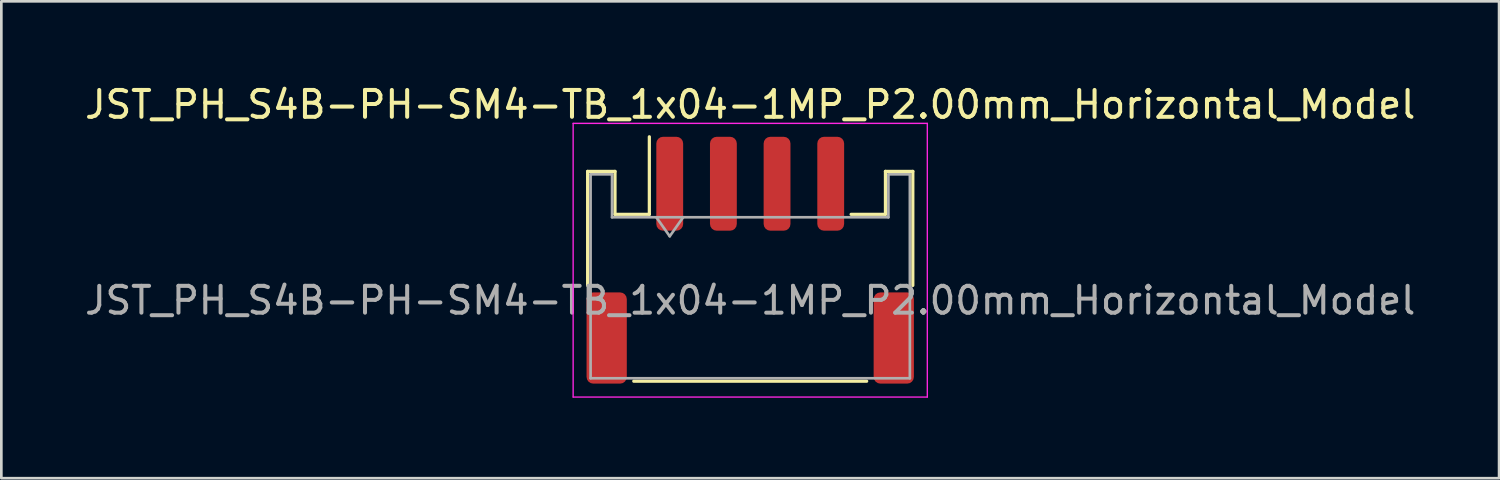
<source format=kicad_pcb>
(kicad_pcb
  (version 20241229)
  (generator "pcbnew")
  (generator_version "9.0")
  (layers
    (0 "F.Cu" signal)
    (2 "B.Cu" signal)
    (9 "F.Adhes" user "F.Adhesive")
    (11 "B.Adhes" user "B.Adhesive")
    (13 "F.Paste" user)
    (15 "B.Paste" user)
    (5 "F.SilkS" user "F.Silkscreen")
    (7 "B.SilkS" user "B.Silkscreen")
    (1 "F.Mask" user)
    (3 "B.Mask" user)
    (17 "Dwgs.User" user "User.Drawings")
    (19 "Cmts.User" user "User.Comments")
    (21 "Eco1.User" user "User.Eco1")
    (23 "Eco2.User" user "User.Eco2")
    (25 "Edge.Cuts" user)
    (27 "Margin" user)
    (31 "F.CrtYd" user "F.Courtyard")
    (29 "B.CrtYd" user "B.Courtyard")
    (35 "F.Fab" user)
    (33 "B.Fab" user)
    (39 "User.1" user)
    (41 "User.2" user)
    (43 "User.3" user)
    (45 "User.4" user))
  (footprint "JST_PH_S4B-PH-SM4-TB_1x04-1MP_P2.00mm_Horizontal_Model"
    (layer "F.Cu")
    (at 24.911 6.648)
    (property "Reference" "JST_PH_S4B-PH-SM4-TB_1x04-1MP_P2.00mm_Horizontal_Model" (at 0 -5.8 0) (layer "F.SilkS") (effects (font (size 1 1) (thickness 0.15))))
    (attr smd)
    (fp_line (start -6.06 -3.31) (end -5.04 -3.31) (stroke (width 0.12) (type solid)) (layer "F.SilkS"))
    (fp_line (start -6.06 0.94) (end -6.06 -3.31) (stroke (width 0.12) (type solid)) (layer "F.SilkS"))
    (fp_line (start -5.04 -3.31) (end -5.04 -1.71) (stroke (width 0.12) (type solid)) (layer "F.SilkS"))
    (fp_line (start -5.04 -1.71) (end -3.76 -1.71) (stroke (width 0.12) (type solid)) (layer "F.SilkS"))
    (fp_line (start -4.34 4.51) (end 4.34 4.51) (stroke (width 0.12) (type solid)) (layer "F.SilkS"))
    (fp_line (start -3.76 -1.71) (end -3.76 -4.6) (stroke (width 0.12) (type solid)) (layer "F.SilkS"))
    (fp_line (start 5.04 -3.31) (end 5.04 -1.71) (stroke (width 0.12) (type solid)) (layer "F.SilkS"))
    (fp_line (start 5.04 -1.71) (end 3.76 -1.71) (stroke (width 0.12) (type solid)) (layer "F.SilkS"))
    (fp_line (start 6.06 -3.31) (end 5.04 -3.31) (stroke (width 0.12) (type solid)) (layer "F.SilkS"))
    (fp_line (start 6.06 0.94) (end 6.06 -3.31) (stroke (width 0.12) (type solid)) (layer "F.SilkS"))
    (fp_line (start -6.6 -5.1) (end -6.6 5.1) (stroke (width 0.05) (type solid)) (layer "F.CrtYd"))
    (fp_line (start -6.6 5.1) (end 6.6 5.1) (stroke (width 0.05) (type solid)) (layer "F.CrtYd"))
    (fp_line (start 6.6 -5.1) (end -6.6 -5.1) (stroke (width 0.05) (type solid)) (layer "F.CrtYd"))
    (fp_line (start 6.6 5.1) (end 6.6 -5.1) (stroke (width 0.05) (type solid)) (layer "F.CrtYd"))
    (fp_line (start -5.95 -3.2) (end -5.95 4.4) (stroke (width 0.1) (type solid)) (layer "F.Fab"))
    (fp_line (start -5.95 -3.2) (end -5.15 -3.2) (stroke (width 0.1) (type solid)) (layer "F.Fab"))
    (fp_line (start -5.95 4.4) (end 5.95 4.4) (stroke (width 0.1) (type solid)) (layer "F.Fab"))
    (fp_line (start -5.15 -3.2) (end -5.15 -1.6) (stroke (width 0.1) (type solid)) (layer "F.Fab"))
    (fp_line (start -5.15 -1.6) (end 5.15 -1.6) (stroke (width 0.1) (type solid)) (layer "F.Fab"))
    (fp_line (start -3.5 -1.6) (end -3 -0.893) (stroke (width 0.1) (type solid)) (layer "F.Fab"))
    (fp_line (start -3 -0.893) (end -2.5 -1.6) (stroke (width 0.1) (type solid)) (layer "F.Fab"))
    (fp_line (start 5.15 -3.2) (end 5.95 -3.2) (stroke (width 0.1) (type solid)) (layer "F.Fab"))
    (fp_line (start 5.15 -1.6) (end 5.15 -3.2) (stroke (width 0.1) (type solid)) (layer "F.Fab"))
    (fp_line (start 5.95 -3.2) (end 5.95 4.4) (stroke (width 0.1) (type solid)) (layer "F.Fab"))
    (fp_text user "${REFERENCE}" (at 0 1.5 0) (layer "F.Fab") (effects (font (size 1 1) (thickness 0.15))))
    (pad "1" smd roundrect (at -3 -2.85) (size 1 3.5) (layers "F.Cu" "F.Mask" "F.Paste") (roundrect_rratio 0.25))
    (pad "2" smd roundrect (at -1 -2.85) (size 1 3.5) (layers "F.Cu" "F.Mask" "F.Paste") (roundrect_rratio 0.25))
    (pad "3" smd roundrect (at 1 -2.85) (size 1 3.5) (layers "F.Cu" "F.Mask" "F.Paste") (roundrect_rratio 0.25))
    (pad "4" smd roundrect (at 3 -2.85) (size 1 3.5) (layers "F.Cu" "F.Mask" "F.Paste") (roundrect_rratio 0.25))
    (pad "MP" smd roundrect (at -5.35 2.9) (size 1.5 3.4) (layers "F.Cu" "F.Mask" "F.Paste") (roundrect_rratio 0.167))
    (pad "MP" smd roundrect (at 5.35 2.9) (size 1.5 3.4) (layers "F.Cu" "F.Mask" "F.Paste") (roundrect_rratio 0.167)))
  (gr_rect
    (start -3 -3)
    (end 52.821 14.773)
    (stroke (width 0.1) (type default))
    (fill no)
    (layer "Edge.Cuts")))
</source>
